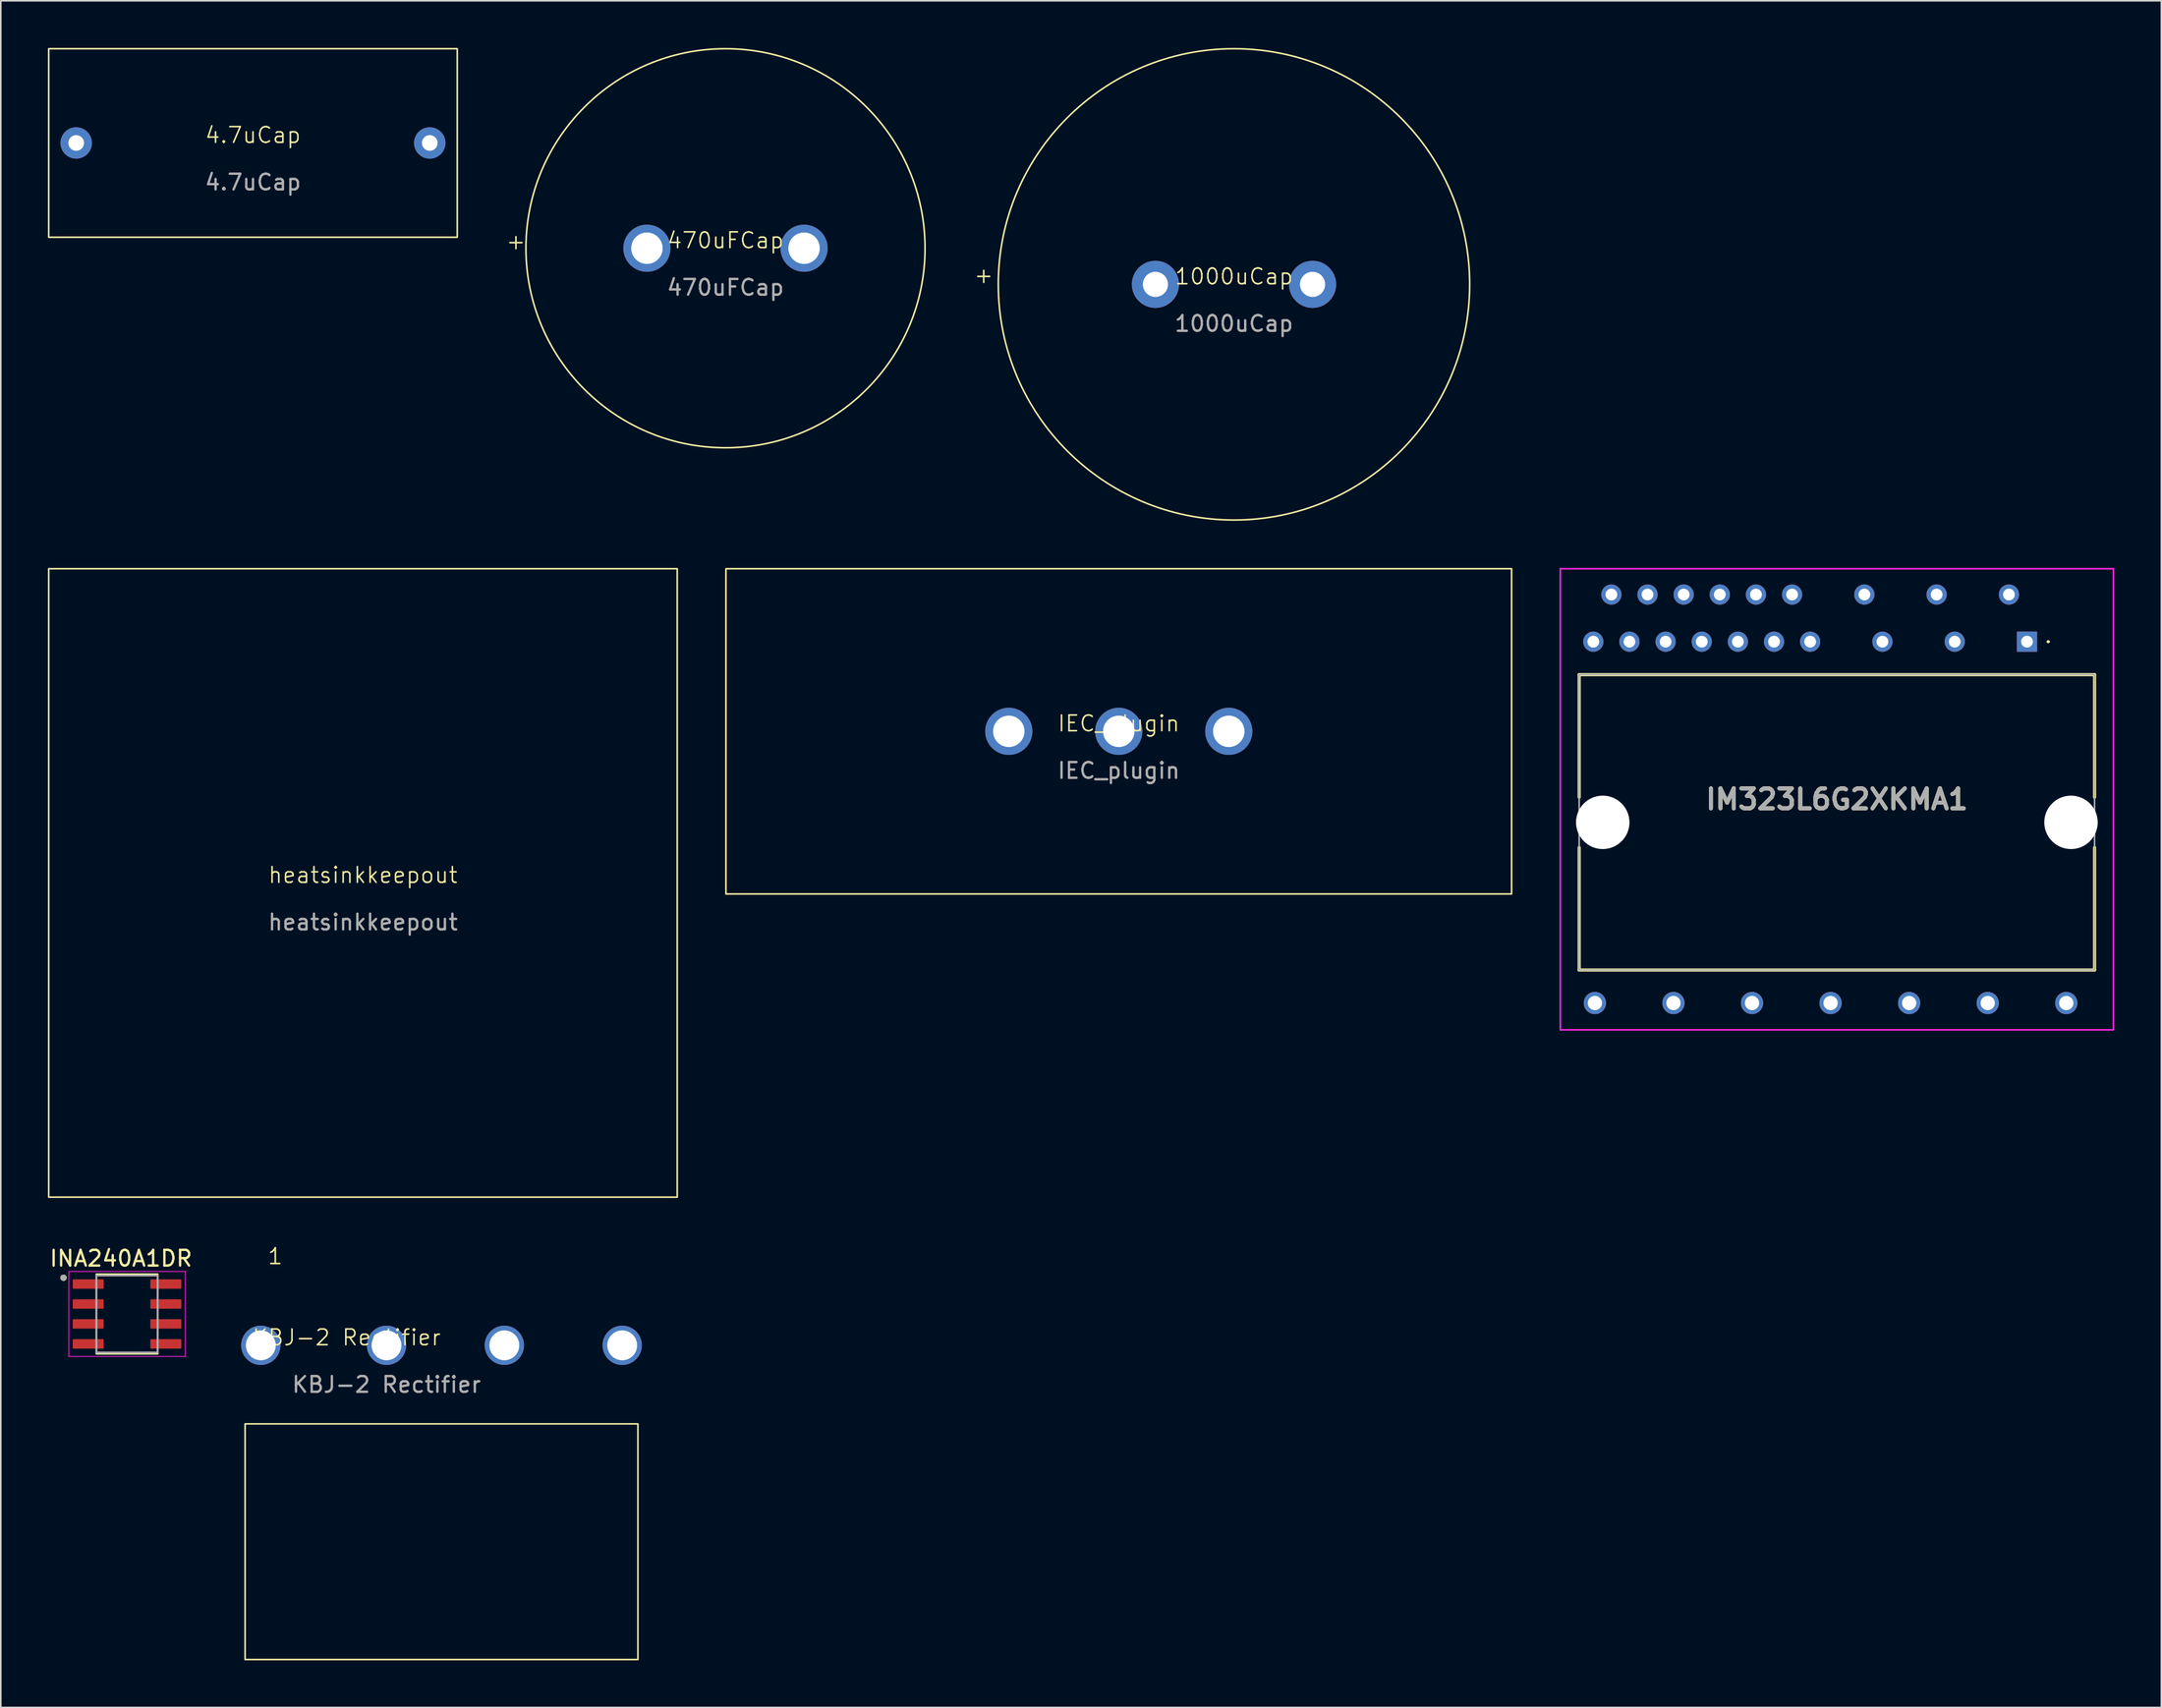
<source format=kicad_pcb>
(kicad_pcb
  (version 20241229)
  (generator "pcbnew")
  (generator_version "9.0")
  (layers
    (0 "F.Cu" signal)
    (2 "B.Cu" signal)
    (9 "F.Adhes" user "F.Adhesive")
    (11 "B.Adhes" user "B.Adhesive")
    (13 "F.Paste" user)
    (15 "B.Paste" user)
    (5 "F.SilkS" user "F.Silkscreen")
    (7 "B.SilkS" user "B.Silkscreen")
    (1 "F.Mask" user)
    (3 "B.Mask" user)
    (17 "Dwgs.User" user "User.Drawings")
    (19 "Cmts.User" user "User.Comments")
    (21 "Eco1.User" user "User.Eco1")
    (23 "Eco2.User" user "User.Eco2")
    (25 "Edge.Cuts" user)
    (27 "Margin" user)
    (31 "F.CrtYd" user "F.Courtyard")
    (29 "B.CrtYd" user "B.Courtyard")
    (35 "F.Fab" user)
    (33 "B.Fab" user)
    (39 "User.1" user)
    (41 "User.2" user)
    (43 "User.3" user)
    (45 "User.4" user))
  (footprint "IEC_plugin"
    (layer "F.Cu")
    (at 68.15 43.5)
    (property "Reference" "IEC_plugin" (at 0 -0.5 0) (unlocked yes) (layer "F.SilkS") (effects (font (size 1 1) (thickness 0.1))))
    (attr through_hole)
    (fp_rect (start -25 -10.35) (end 25 10.35) (stroke (width 0.1) (type default)) (fill no) (layer "F.SilkS"))
    (fp_text user "${REFERENCE}" (at 0 2.5 0) (unlocked yes) (layer "F.Fab") (effects (font (size 1 1) (thickness 0.15))))
    (pad "1" thru_hole circle (at -7 0) (size 3 3) (drill 2) (layers "*.Cu" "*.Mask"))
    (pad "2" thru_hole circle (at 0 0) (size 3 3) (drill 2) (layers "*.Cu" "*.Mask"))
    (pad "3" thru_hole circle (at 7 0) (size 3 3) (drill 2) (layers "*.Cu" "*.Mask")))
  (footprint "470uFCap"
    (layer "F.Cu")
    (at 43.121 12.75)
    (property "Reference" "470uFCap" (at 0 -0.5 0) (unlocked yes) (layer "F.SilkS") (effects (font (size 1 1) (thickness 0.1))))
    (attr through_hole)
    (fp_circle (center 0 0) (end 12.7 0) (stroke (width 0.1) (type default)) (fill no) (layer "F.SilkS"))
    (fp_text user "+" (at -14.021 0.152 0) (unlocked yes) (layer "F.SilkS") (effects (font (size 1 1) (thickness 0.1)) (justify left bottom)))
    (fp_text user "${REFERENCE}" (at 0 2.5 0) (unlocked yes) (layer "F.Fab") (effects (font (size 1 1) (thickness 0.15))))
    (pad "1" thru_hole circle (at -5 0) (size 3 3) (drill 2) (layers "*.Cu" "*.Mask"))
    (pad "2" thru_hole circle (at 5 0) (size 3 3) (drill 2) (layers "*.Cu" "*.Mask")))
  (footprint "INA240A1DR"
    (layer "F.Cu")
    (at 5.034 80.585)
    (property "Reference" "INA240A1DR" (at -0.385 -3.537 0) (layer "F.SilkS") (effects (font (size 1 1) (thickness 0.15))))
    (attr smd)
    (fp_line (start -1.95 -2.525) (end 1.95 -2.525) (stroke (width 0.127) (type solid)) (layer "F.SilkS"))
    (fp_line (start -1.95 2.525) (end 1.95 2.525) (stroke (width 0.127) (type solid)) (layer "F.SilkS"))
    (fp_circle (center -4.04 -2.305) (end -3.94 -2.305) (stroke (width 0.2) (type solid)) (fill no) (layer "F.SilkS"))
    (fp_line (start -3.705 -2.703) (end -3.705 2.703) (stroke (width 0.05) (type solid)) (layer "F.CrtYd"))
    (fp_line (start -3.705 -2.703) (end 3.705 -2.703) (stroke (width 0.05) (type solid)) (layer "F.CrtYd"))
    (fp_line (start -3.705 2.703) (end 3.705 2.703) (stroke (width 0.05) (type solid)) (layer "F.CrtYd"))
    (fp_line (start 3.705 -2.703) (end 3.705 2.703) (stroke (width 0.05) (type solid)) (layer "F.CrtYd"))
    (fp_line (start -1.95 -2.453) (end -1.95 2.453) (stroke (width 0.127) (type solid)) (layer "F.Fab"))
    (fp_line (start -1.95 -2.453) (end 1.95 -2.453) (stroke (width 0.127) (type solid)) (layer "F.Fab"))
    (fp_line (start -1.95 2.453) (end 1.95 2.453) (stroke (width 0.127) (type solid)) (layer "F.Fab"))
    (fp_line (start 1.95 -2.453) (end 1.95 2.453) (stroke (width 0.127) (type solid)) (layer "F.Fab"))
    (fp_circle (center -4.04 -2.305) (end -3.94 -2.305) (stroke (width 0.2) (type solid)) (fill no) (layer "F.Fab"))
    (pad "1" smd roundrect (at -2.47 -1.905) (size 1.97 0.6) (layers "F.Cu" "F.Mask" "F.Paste") (roundrect_rratio 0.07))
    (pad "2" smd roundrect (at -2.47 -0.635) (size 1.97 0.6) (layers "F.Cu" "F.Mask" "F.Paste") (roundrect_rratio 0.07))
    (pad "3" smd roundrect (at -2.47 0.635) (size 1.97 0.6) (layers "F.Cu" "F.Mask" "F.Paste") (roundrect_rratio 0.07))
    (pad "4" smd roundrect (at -2.47 1.905) (size 1.97 0.6) (layers "F.Cu" "F.Mask" "F.Paste") (roundrect_rratio 0.07))
    (pad "5" smd roundrect (at 2.47 1.905) (size 1.97 0.6) (layers "F.Cu" "F.Mask" "F.Paste") (roundrect_rratio 0.07))
    (pad "6" smd roundrect (at 2.47 0.635) (size 1.97 0.6) (layers "F.Cu" "F.Mask" "F.Paste") (roundrect_rratio 0.07))
    (pad "7" smd roundrect (at 2.47 -0.635) (size 1.97 0.6) (layers "F.Cu" "F.Mask" "F.Paste") (roundrect_rratio 0.07))
    (pad "8" smd roundrect (at 2.47 -1.905) (size 1.97 0.6) (layers "F.Cu" "F.Mask" "F.Paste") (roundrect_rratio 0.07)))
  (footprint "IM323L6G2XKMA1"
    (layer "F.Cu")
    (at 125.95 37.793)
    (property "Reference" "IM323L6G2XKMA1" (at -12.1 10.033 0) (layer "F.SilkS") (effects (font (size 1.27 1.27) (thickness 0.254))))
    (attr through_hole)
    (fp_line (start -28.5 2.1) (end -28.5 9.9) (stroke (width 0.2) (type solid)) (layer "F.SilkS"))
    (fp_line (start -28.5 20.9) (end -28.5 13.1) (stroke (width 0.2) (type solid)) (layer "F.SilkS"))
    (fp_line (start 1.3 0) (end 1.3 0) (stroke (width 0.1) (type solid)) (layer "F.SilkS"))
    (fp_line (start 1.4 0) (end 1.4 0) (stroke (width 0.1) (type solid)) (layer "F.SilkS"))
    (fp_line (start 4.3 2.1) (end -28.5 2.1) (stroke (width 0.2) (type solid)) (layer "F.SilkS"))
    (fp_line (start 4.3 9.9) (end 4.3 2.1) (stroke (width 0.2) (type solid)) (layer "F.SilkS"))
    (fp_line (start 4.3 13.1) (end 4.3 20.9) (stroke (width 0.2) (type solid)) (layer "F.SilkS"))
    (fp_line (start 4.3 20.9) (end -28.5 20.9) (stroke (width 0.2) (type solid)) (layer "F.SilkS"))
    (fp_arc (start 1.3 0) (mid 1.35 -0.05) (end 1.4 0) (stroke (width 0.1) (type solid)) (layer "F.SilkS"))
    (fp_arc (start 1.4 0) (mid 1.35 0.05) (end 1.3 0) (stroke (width 0.1) (type solid)) (layer "F.SilkS"))
    (fp_line (start -29.7 -4.643) (end 5.5 -4.643) (stroke (width 0.1) (type solid)) (layer "F.CrtYd"))
    (fp_line (start -29.7 24.708) (end -29.7 -4.643) (stroke (width 0.1) (type solid)) (layer "F.CrtYd"))
    (fp_line (start 5.5 -4.643) (end 5.5 24.708) (stroke (width 0.1) (type solid)) (layer "F.CrtYd"))
    (fp_line (start 5.5 24.708) (end -29.7 24.708) (stroke (width 0.1) (type solid)) (layer "F.CrtYd"))
    (fp_line (start -28.5 2.1) (end 4.3 2.1) (stroke (width 0.1) (type solid)) (layer "F.Fab"))
    (fp_line (start -28.5 20.9) (end -28.5 2.1) (stroke (width 0.1) (type solid)) (layer "F.Fab"))
    (fp_line (start 4.3 2.1) (end 4.3 20.9) (stroke (width 0.1) (type solid)) (layer "F.Fab"))
    (fp_line (start 4.3 20.9) (end -28.5 20.9) (stroke (width 0.1) (type solid)) (layer "F.Fab"))
    (fp_text user "${REFERENCE}" (at -12.1 10.033 0) (layer "F.Fab") (effects (font (size 1.27 1.27) (thickness 0.254))))
    (pad "" np_thru_hole circle (at -27 11.5) (size 3.4 3.4) (drill 3.4) (layers "*.Cu" "*.Mask"))
    (pad "" np_thru_hole circle (at 2.8 11.5) (size 3.4 3.4) (drill 3.4) (layers "*.Cu" "*.Mask"))
    (pad "1" thru_hole rect (at 0 0) (size 1.286 1.286) (drill 0.75) (layers "*.Cu" "*.Mask"))
    (pad "2" thru_hole circle (at -1.15 -3) (size 1.286 1.286) (drill 0.75) (layers "*.Cu" "*.Mask"))
    (pad "3" thru_hole circle (at -4.6 0) (size 1.286 1.286) (drill 0.75) (layers "*.Cu" "*.Mask"))
    (pad "4" thru_hole circle (at -5.75 -3) (size 1.286 1.286) (drill 0.75) (layers "*.Cu" "*.Mask"))
    (pad "5" thru_hole circle (at -9.2 0) (size 1.286 1.286) (drill 0.75) (layers "*.Cu" "*.Mask"))
    (pad "6" thru_hole circle (at -10.35 -3) (size 1.286 1.286) (drill 0.75) (layers "*.Cu" "*.Mask"))
    (pad "7" thru_hole circle (at -13.8 0) (size 1.286 1.286) (drill 0.75) (layers "*.Cu" "*.Mask"))
    (pad "8" thru_hole circle (at -14.95 -3) (size 1.286 1.286) (drill 0.75) (layers "*.Cu" "*.Mask"))
    (pad "9" thru_hole circle (at -16.1 0) (size 1.286 1.286) (drill 0.75) (layers "*.Cu" "*.Mask"))
    (pad "10" thru_hole circle (at -17.25 -3) (size 1.286 1.286) (drill 0.75) (layers "*.Cu" "*.Mask"))
    (pad "11" thru_hole circle (at -18.4 0) (size 1.286 1.286) (drill 0.75) (layers "*.Cu" "*.Mask"))
    (pad "12" thru_hole circle (at -19.55 -3) (size 1.286 1.286) (drill 0.75) (layers "*.Cu" "*.Mask"))
    (pad "13" thru_hole circle (at -20.7 0) (size 1.286 1.286) (drill 0.75) (layers "*.Cu" "*.Mask"))
    (pad "14" thru_hole circle (at -21.85 -3) (size 1.286 1.286) (drill 0.75) (layers "*.Cu" "*.Mask"))
    (pad "15" thru_hole circle (at -23 0) (size 1.286 1.286) (drill 0.75) (layers "*.Cu" "*.Mask"))
    (pad "16" thru_hole circle (at -24.15 -3) (size 1.286 1.286) (drill 0.75) (layers "*.Cu" "*.Mask"))
    (pad "17" thru_hole circle (at -25.3 0) (size 1.286 1.286) (drill 0.75) (layers "*.Cu" "*.Mask"))
    (pad "18" thru_hole circle (at -26.45 -3) (size 1.286 1.286) (drill 0.75) (layers "*.Cu" "*.Mask"))
    (pad "19" thru_hole circle (at -27.6 0) (size 1.286 1.286) (drill 0.75) (layers "*.Cu" "*.Mask"))
    (pad "20" thru_hole circle (at -27.5 23) (size 1.416 1.416) (drill 0.91) (layers "*.Cu" "*.Mask"))
    (pad "21" thru_hole circle (at -22.5 23) (size 1.416 1.416) (drill 0.91) (layers "*.Cu" "*.Mask"))
    (pad "22" thru_hole circle (at -17.5 23) (size 1.416 1.416) (drill 0.91) (layers "*.Cu" "*.Mask"))
    (pad "23" thru_hole circle (at -12.5 23) (size 1.416 1.416) (drill 0.91) (layers "*.Cu" "*.Mask"))
    (pad "24" thru_hole circle (at -7.5 23) (size 1.416 1.416) (drill 0.91) (layers "*.Cu" "*.Mask"))
    (pad "25" thru_hole circle (at -2.5 23) (size 1.416 1.416) (drill 0.91) (layers "*.Cu" "*.Mask"))
    (pad "26" thru_hole circle (at 2.5 23) (size 1.416 1.416) (drill 0.91) (layers "*.Cu" "*.Mask")))
  (footprint "1000uCap"
    (layer "F.Cu")
    (at 75.482 15.05)
    (property "Reference" "1000uCap" (at 0 -0.5 0) (unlocked yes) (layer "F.SilkS") (effects (font (size 1 1) (thickness 0.1))))
    (attr through_hole)
    (fp_circle (center 0 0) (end 15 0) (stroke (width 0.1) (type default)) (fill no) (layer "F.SilkS"))
    (fp_text user "+" (at -16.612 0 0) (unlocked yes) (layer "F.SilkS") (effects (font (size 1 1) (thickness 0.1)) (justify left bottom)))
    (fp_text user "${REFERENCE}" (at 0 2.5 0) (unlocked yes) (layer "F.Fab") (effects (font (size 1 1) (thickness 0.15))))
    (pad "1" thru_hole circle (at -5 0) (size 3 3) (drill 1.6) (layers "*.Cu" "*.Mask"))
    (pad "2" thru_hole circle (at 5 0) (size 3 3) (drill 1.6) (layers "*.Cu" "*.Mask")))
  (footprint "heatsinkkeepout"
    (layer "F.Cu")
    (at 20.05 53.15)
    (property "Reference" "heatsinkkeepout" (at 0 -0.5 0) (unlocked yes) (layer "F.SilkS") (effects (font (size 1 1) (thickness 0.1))))
    (attr through_hole)
    (fp_rect (start -20 -20) (end 20 20) (stroke (width 0.1) (type default)) (fill no) (layer "F.SilkS"))
    (fp_text user "${REFERENCE}" (at 0 2.5 0) (unlocked yes) (layer "F.Fab") (effects (font (size 1 1) (thickness 0.15)))))
  (footprint "KBJ-2 Rectifier"
    (layer "F.Cu")
    (at 21.548 82.58)
    (property "Reference" "KBJ-2 Rectifier" (at -2.54 -0.5 0) (unlocked yes) (layer "F.SilkS") (effects (font (size 1 1) (thickness 0.1))))
    (attr through_hole)
    (fp_rect (start -9 20) (end 16 5) (stroke (width 0.1) (type default)) (fill no) (layer "F.SilkS"))
    (fp_text user "1" (at -7.62 -5.08 0) (unlocked yes) (layer "F.SilkS") (effects (font (size 1 1) (thickness 0.1)) (justify left bottom)))
    (fp_text user "${REFERENCE}" (at 0 2.5 0) (unlocked yes) (layer "F.Fab") (effects (font (size 1 1) (thickness 0.15))))
    (pad "1" thru_hole circle (at -8 0) (size 2.5 2.5) (drill 1.9) (layers "*.Cu" "*.Mask"))
    (pad "2" thru_hole circle (at 0 0) (size 2.5 2.5) (drill 1.9) (layers "*.Cu" "*.Mask"))
    (pad "3" thru_hole circle (at 7.5 0) (size 2.5 2.5) (drill 1.9) (layers "*.Cu" "*.Mask"))
    (pad "4" thru_hole circle (at 15 0) (size 2.5 2.5) (drill 1.9) (layers "*.Cu" "*.Mask")))
  (footprint "4.7uCap"
    (layer "F.Cu")
    (at 13.05 6.05)
    (property "Reference" "4.7uCap" (at 0 -0.5 0) (unlocked yes) (layer "F.SilkS") (effects (font (size 1 1) (thickness 0.1))))
    (attr through_hole)
    (fp_rect (start -13 -6) (end 13 6) (stroke (width 0.1) (type default)) (fill no) (layer "F.SilkS"))
    (fp_text user "${REFERENCE}" (at 0 2.5 0) (unlocked yes) (layer "F.Fab") (effects (font (size 1 1) (thickness 0.15))))
    (pad "1" thru_hole circle (at -11.25 0) (size 2 2) (drill 1) (layers "*.Cu" "*.Mask"))
    (pad "2" thru_hole circle (at 11.25 0) (size 2 2) (drill 1) (layers "*.Cu" "*.Mask")))
  (gr_rect
    (start -3 -3)
    (end 134.5 105.63)
    (stroke (width 0.1) (type default))
    (fill no)
    (layer "Edge.Cuts")))
</source>
